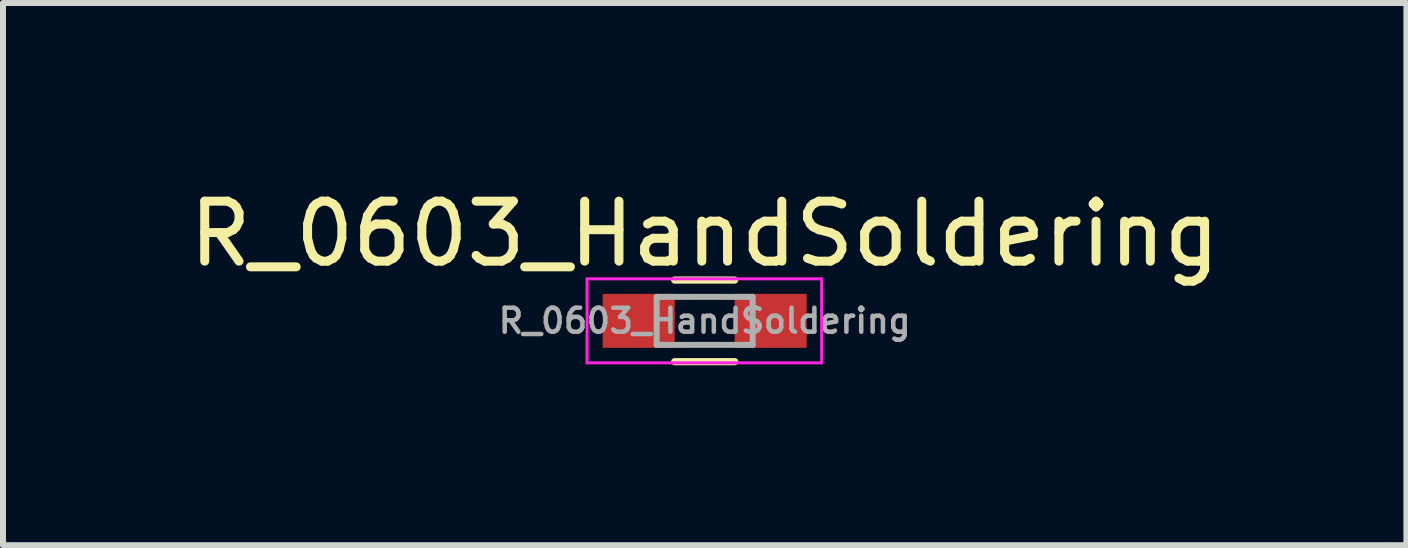
<source format=kicad_pcb>
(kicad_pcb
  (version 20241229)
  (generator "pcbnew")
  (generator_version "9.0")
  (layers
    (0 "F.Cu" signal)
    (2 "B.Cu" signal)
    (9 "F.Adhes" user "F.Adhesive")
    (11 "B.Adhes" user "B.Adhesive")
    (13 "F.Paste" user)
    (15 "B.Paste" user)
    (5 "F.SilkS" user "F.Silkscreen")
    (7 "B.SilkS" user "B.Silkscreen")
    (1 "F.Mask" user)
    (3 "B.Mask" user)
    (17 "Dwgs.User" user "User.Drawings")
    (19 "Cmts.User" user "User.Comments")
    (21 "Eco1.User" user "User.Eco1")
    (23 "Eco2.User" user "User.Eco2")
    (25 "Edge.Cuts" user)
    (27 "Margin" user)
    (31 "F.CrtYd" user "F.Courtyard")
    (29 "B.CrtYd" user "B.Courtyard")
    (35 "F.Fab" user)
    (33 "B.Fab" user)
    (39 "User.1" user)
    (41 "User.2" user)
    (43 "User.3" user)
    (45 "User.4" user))
  (footprint "R_0603_HandSoldering"
    (layer "F.Cu")
    (at 8.696 2.298)
    (property "Reference" "R_0603_HandSoldering" (at 0 -1.45 0) (layer "F.SilkS") (effects (font (size 1 1) (thickness 0.15))))
    (attr smd)
    (fp_line (start -0.5 -0.68) (end 0.5 -0.68) (stroke (width 0.12) (type solid)) (layer "F.SilkS"))
    (fp_line (start 0.5 0.68) (end -0.5 0.68) (stroke (width 0.12) (type solid)) (layer "F.SilkS"))
    (fp_line (start -1.96 -0.7) (end -1.96 0.7) (stroke (width 0.05) (type solid)) (layer "F.CrtYd"))
    (fp_line (start -1.96 -0.7) (end 1.95 -0.7) (stroke (width 0.05) (type solid)) (layer "F.CrtYd"))
    (fp_line (start 1.95 0.7) (end -1.96 0.7) (stroke (width 0.05) (type solid)) (layer "F.CrtYd"))
    (fp_line (start 1.95 0.7) (end 1.95 -0.7) (stroke (width 0.05) (type solid)) (layer "F.CrtYd"))
    (fp_line (start -0.8 -0.4) (end 0.8 -0.4) (stroke (width 0.1) (type solid)) (layer "F.Fab"))
    (fp_line (start -0.8 0.4) (end -0.8 -0.4) (stroke (width 0.1) (type solid)) (layer "F.Fab"))
    (fp_line (start 0.8 -0.4) (end 0.8 0.4) (stroke (width 0.1) (type solid)) (layer "F.Fab"))
    (fp_line (start 0.8 0.4) (end -0.8 0.4) (stroke (width 0.1) (type solid)) (layer "F.Fab"))
    (fp_text user "${REFERENCE}" (at 0 0 0) (layer "F.Fab") (effects (font (size 0.4 0.4) (thickness 0.075))))
    (pad "1" smd rect (at -1.1 0) (size 1.2 0.9) (layers "F.Cu" "F.Mask" "F.Paste"))
    (pad "2" smd rect (at 1.1 0) (size 1.2 0.9) (layers "F.Cu" "F.Mask" "F.Paste")))
  (gr_rect
    (start -3 -3)
    (end 20.393 6.038)
    (stroke (width 0.1) (type default))
    (fill no)
    (layer "Edge.Cuts")))
</source>
